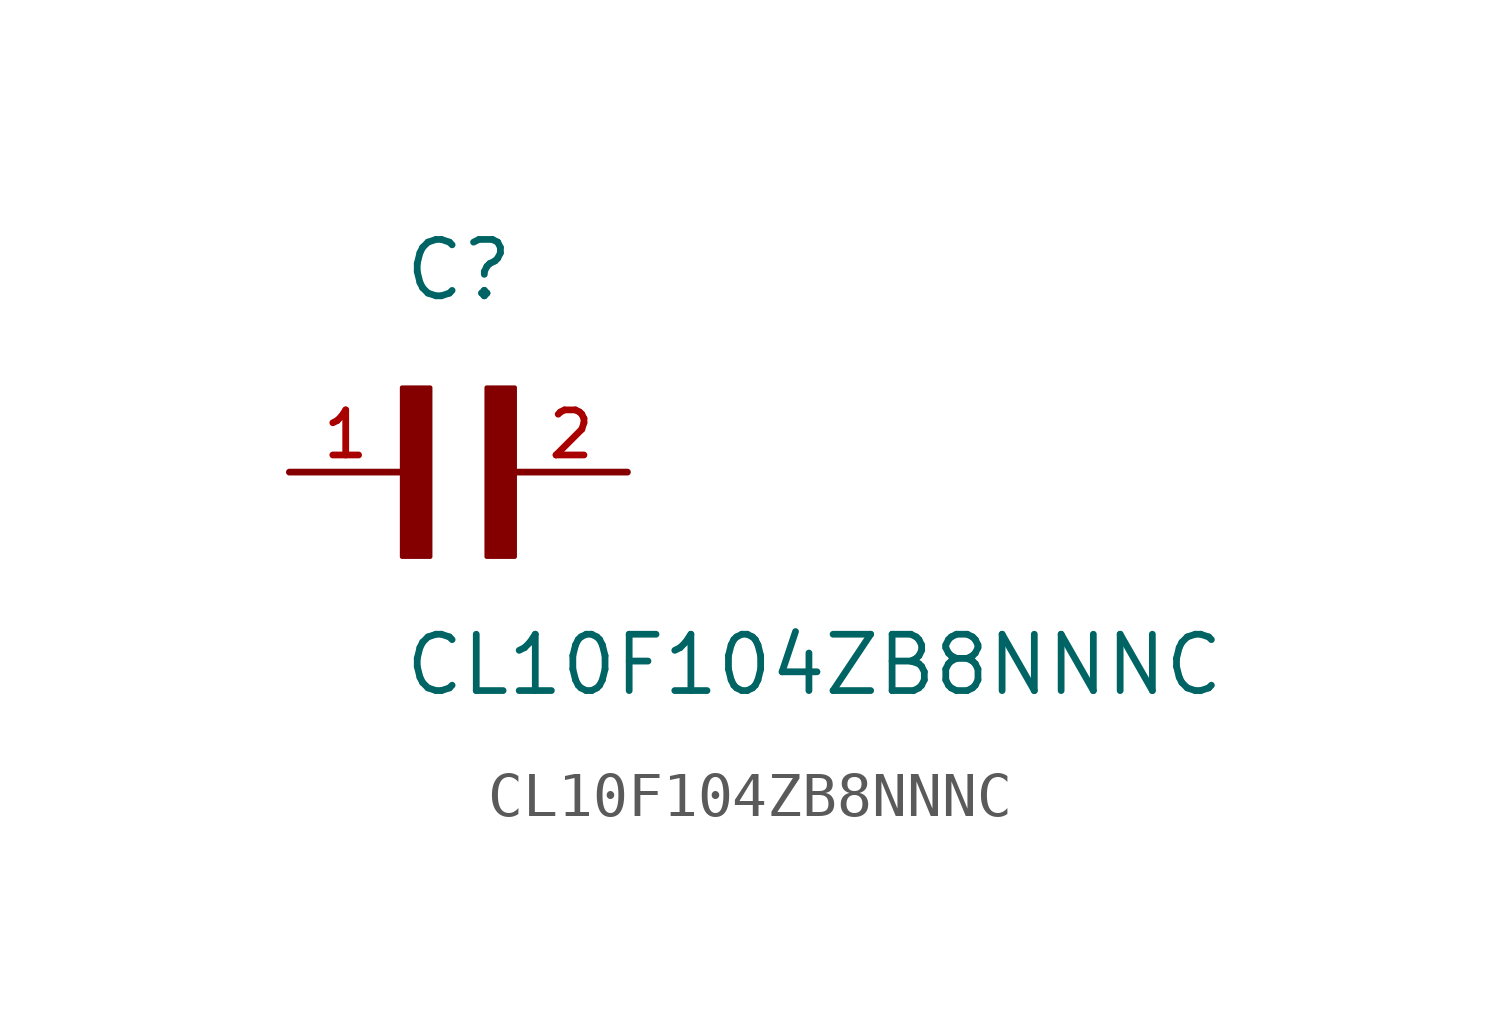
<source format=kicad_sym>
(kicad_symbol_lib
  (version 20211014)
  (generator kicad_symbol_editor)
  (symbol "CL10F104ZB8NNNC"
    (pin_names
      (offset 1.016))
    (property "Reference" "C"
      (at 0.0 3.811 0)
      (effects (font (size 1.27 1.27)) (justify bottom left)))
    (property "Value" "CL10F104ZB8NNNC"
      (at 0.0 -5.088 0)
      (effects (font (size 1.27 1.27)) (justify bottom left)))
    (symbol "CL10F104ZB8NNNC_0_0"
      (rectangle (start 0.0 -1.907) (end 0.635 1.905) (stroke (width 0.1)) (fill (type outline)))
      (rectangle (start 1.907 -1.907) (end 2.54 1.905) (stroke (width 0.1)) (fill (type outline)))
      (pin passive line (at -2.54 0.0 0) (length 2.54) (name "~" (effects (font (size 1.016 1.016)))) (number "1" (effects (font (size 1.016 1.016)))))
      (pin passive line (at 5.08 0.0 180.0) (length 2.54) (name "~" (effects (font (size 1.016 1.016)))) (number "2" (effects (font (size 1.016 1.016))))))))
</source>
